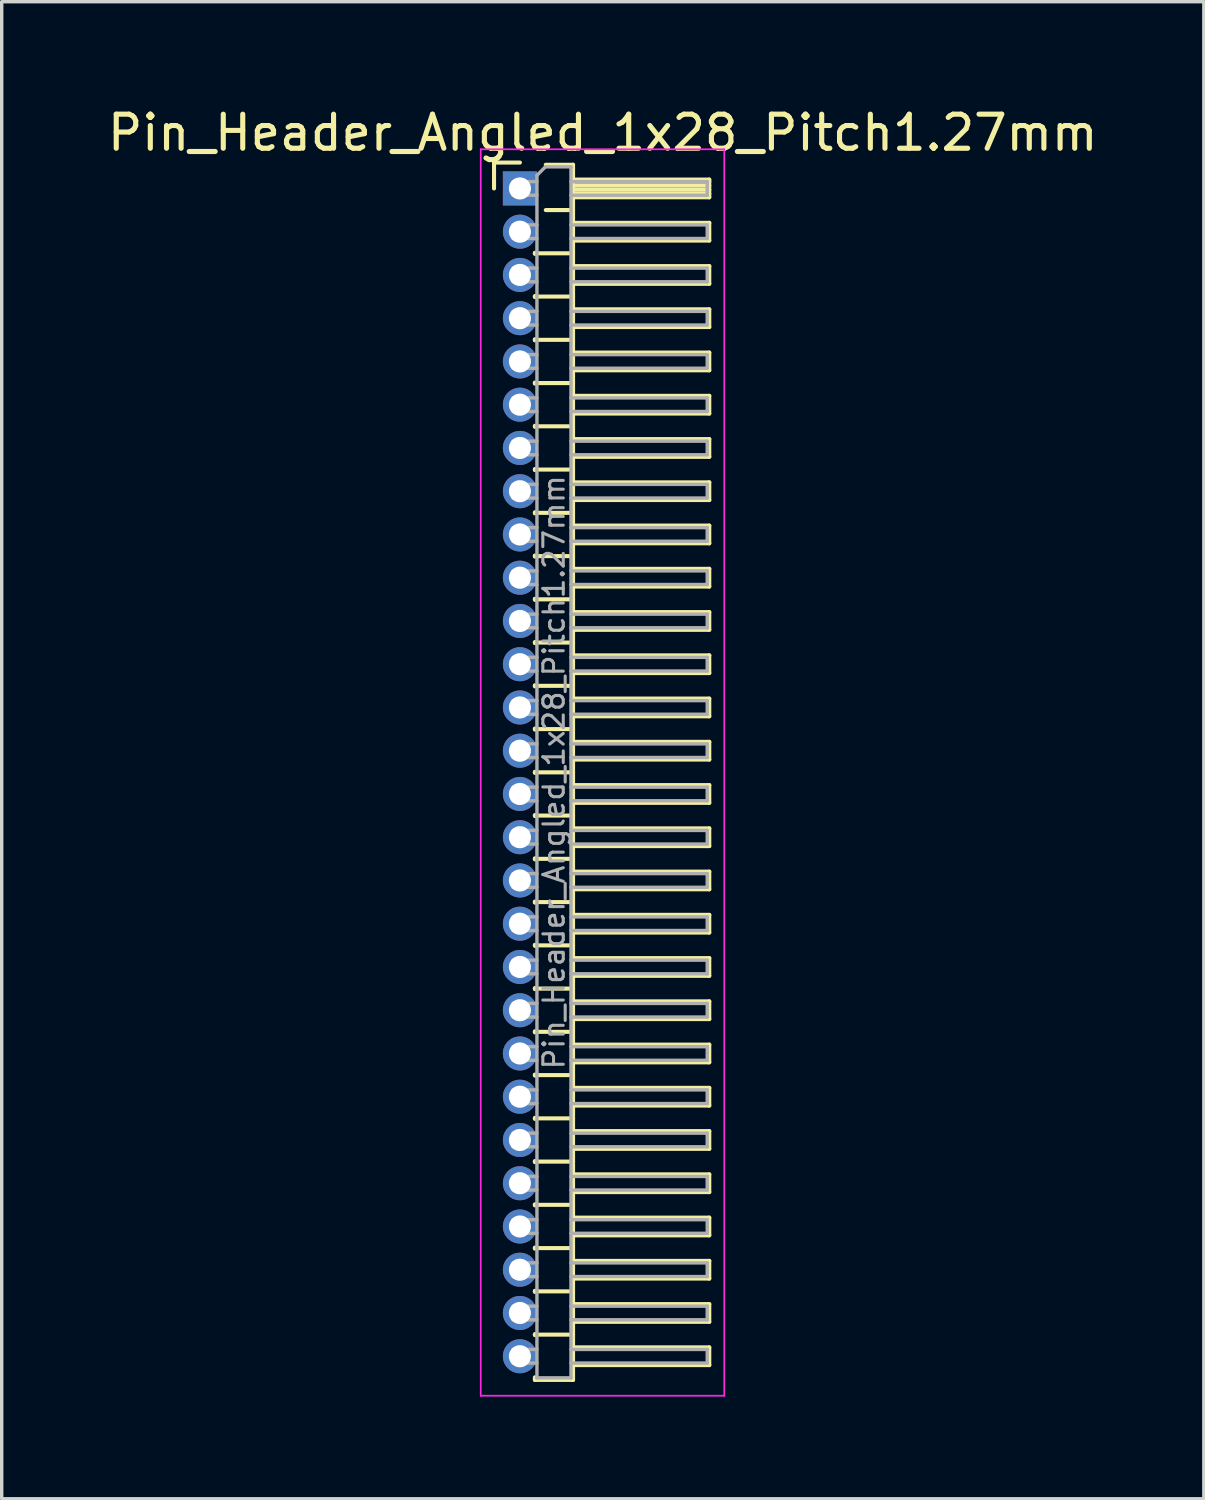
<source format=kicad_pcb>
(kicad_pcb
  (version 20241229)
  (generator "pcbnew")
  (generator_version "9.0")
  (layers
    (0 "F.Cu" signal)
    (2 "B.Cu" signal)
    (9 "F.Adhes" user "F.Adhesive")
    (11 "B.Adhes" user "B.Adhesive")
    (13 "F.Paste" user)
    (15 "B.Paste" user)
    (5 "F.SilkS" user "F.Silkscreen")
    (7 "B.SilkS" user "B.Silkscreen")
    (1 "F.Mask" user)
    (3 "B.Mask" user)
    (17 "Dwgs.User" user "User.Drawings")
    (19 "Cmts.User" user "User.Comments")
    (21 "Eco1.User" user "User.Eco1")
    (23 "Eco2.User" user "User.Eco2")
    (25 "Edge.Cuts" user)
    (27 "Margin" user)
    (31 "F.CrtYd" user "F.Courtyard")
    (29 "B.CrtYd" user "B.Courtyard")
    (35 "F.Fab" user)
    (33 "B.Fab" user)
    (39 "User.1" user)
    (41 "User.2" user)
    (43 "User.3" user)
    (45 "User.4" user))
  (footprint "Pin_Header_Angled_1x28_Pitch1.27mm"
    (layer "F.Cu")
    (at 12.216 2.483)
    (property "Reference" "Pin_Header_Angled_1x28_Pitch1.27mm" (at 2.433 -1.635 0) (layer "F.SilkS") (effects (font (size 1 1) (thickness 0.15))))
    (attr through_hole)
    (fp_line (start -0.76 -0.76) (end 0 -0.76) (stroke (width 0.12) (type solid)) (layer "F.SilkS"))
    (fp_line (start -0.76 0) (end -0.76 -0.76) (stroke (width 0.12) (type solid)) (layer "F.SilkS"))
    (fp_line (start 0.44 1.89) (end 0.44 1.92) (stroke (width 0.12) (type solid)) (layer "F.SilkS"))
    (fp_line (start 0.44 1.905) (end 1.56 1.905) (stroke (width 0.12) (type solid)) (layer "F.SilkS"))
    (fp_line (start 0.44 3.16) (end 0.44 3.19) (stroke (width 0.12) (type solid)) (layer "F.SilkS"))
    (fp_line (start 0.44 3.175) (end 1.56 3.175) (stroke (width 0.12) (type solid)) (layer "F.SilkS"))
    (fp_line (start 0.44 4.43) (end 0.44 4.46) (stroke (width 0.12) (type solid)) (layer "F.SilkS"))
    (fp_line (start 0.44 4.445) (end 1.56 4.445) (stroke (width 0.12) (type solid)) (layer "F.SilkS"))
    (fp_line (start 0.44 5.7) (end 0.44 5.73) (stroke (width 0.12) (type solid)) (layer "F.SilkS"))
    (fp_line (start 0.44 5.715) (end 1.56 5.715) (stroke (width 0.12) (type solid)) (layer "F.SilkS"))
    (fp_line (start 0.44 6.97) (end 0.44 7) (stroke (width 0.12) (type solid)) (layer "F.SilkS"))
    (fp_line (start 0.44 6.985) (end 1.56 6.985) (stroke (width 0.12) (type solid)) (layer "F.SilkS"))
    (fp_line (start 0.44 8.24) (end 0.44 8.27) (stroke (width 0.12) (type solid)) (layer "F.SilkS"))
    (fp_line (start 0.44 8.255) (end 1.56 8.255) (stroke (width 0.12) (type solid)) (layer "F.SilkS"))
    (fp_line (start 0.44 9.51) (end 0.44 9.54) (stroke (width 0.12) (type solid)) (layer "F.SilkS"))
    (fp_line (start 0.44 9.525) (end 1.56 9.525) (stroke (width 0.12) (type solid)) (layer "F.SilkS"))
    (fp_line (start 0.44 10.78) (end 0.44 10.81) (stroke (width 0.12) (type solid)) (layer "F.SilkS"))
    (fp_line (start 0.44 10.795) (end 1.56 10.795) (stroke (width 0.12) (type solid)) (layer "F.SilkS"))
    (fp_line (start 0.44 12.05) (end 0.44 12.08) (stroke (width 0.12) (type solid)) (layer "F.SilkS"))
    (fp_line (start 0.44 12.065) (end 1.56 12.065) (stroke (width 0.12) (type solid)) (layer "F.SilkS"))
    (fp_line (start 0.44 13.32) (end 0.44 13.35) (stroke (width 0.12) (type solid)) (layer "F.SilkS"))
    (fp_line (start 0.44 13.335) (end 1.56 13.335) (stroke (width 0.12) (type solid)) (layer "F.SilkS"))
    (fp_line (start 0.44 14.59) (end 0.44 14.62) (stroke (width 0.12) (type solid)) (layer "F.SilkS"))
    (fp_line (start 0.44 14.605) (end 1.56 14.605) (stroke (width 0.12) (type solid)) (layer "F.SilkS"))
    (fp_line (start 0.44 15.86) (end 0.44 15.89) (stroke (width 0.12) (type solid)) (layer "F.SilkS"))
    (fp_line (start 0.44 15.875) (end 1.56 15.875) (stroke (width 0.12) (type solid)) (layer "F.SilkS"))
    (fp_line (start 0.44 17.13) (end 0.44 17.16) (stroke (width 0.12) (type solid)) (layer "F.SilkS"))
    (fp_line (start 0.44 17.145) (end 1.56 17.145) (stroke (width 0.12) (type solid)) (layer "F.SilkS"))
    (fp_line (start 0.44 18.4) (end 0.44 18.43) (stroke (width 0.12) (type solid)) (layer "F.SilkS"))
    (fp_line (start 0.44 18.415) (end 1.56 18.415) (stroke (width 0.12) (type solid)) (layer "F.SilkS"))
    (fp_line (start 0.44 19.67) (end 0.44 19.7) (stroke (width 0.12) (type solid)) (layer "F.SilkS"))
    (fp_line (start 0.44 19.685) (end 1.56 19.685) (stroke (width 0.12) (type solid)) (layer "F.SilkS"))
    (fp_line (start 0.44 20.94) (end 0.44 20.97) (stroke (width 0.12) (type solid)) (layer "F.SilkS"))
    (fp_line (start 0.44 20.955) (end 1.56 20.955) (stroke (width 0.12) (type solid)) (layer "F.SilkS"))
    (fp_line (start 0.44 22.21) (end 0.44 22.24) (stroke (width 0.12) (type solid)) (layer "F.SilkS"))
    (fp_line (start 0.44 22.225) (end 1.56 22.225) (stroke (width 0.12) (type solid)) (layer "F.SilkS"))
    (fp_line (start 0.44 23.48) (end 0.44 23.51) (stroke (width 0.12) (type solid)) (layer "F.SilkS"))
    (fp_line (start 0.44 23.495) (end 1.56 23.495) (stroke (width 0.12) (type solid)) (layer "F.SilkS"))
    (fp_line (start 0.44 24.75) (end 0.44 24.78) (stroke (width 0.12) (type solid)) (layer "F.SilkS"))
    (fp_line (start 0.44 24.765) (end 1.56 24.765) (stroke (width 0.12) (type solid)) (layer "F.SilkS"))
    (fp_line (start 0.44 26.02) (end 0.44 26.05) (stroke (width 0.12) (type solid)) (layer "F.SilkS"))
    (fp_line (start 0.44 26.035) (end 1.56 26.035) (stroke (width 0.12) (type solid)) (layer "F.SilkS"))
    (fp_line (start 0.44 27.29) (end 0.44 27.32) (stroke (width 0.12) (type solid)) (layer "F.SilkS"))
    (fp_line (start 0.44 27.305) (end 1.56 27.305) (stroke (width 0.12) (type solid)) (layer "F.SilkS"))
    (fp_line (start 0.44 28.56) (end 0.44 28.59) (stroke (width 0.12) (type solid)) (layer "F.SilkS"))
    (fp_line (start 0.44 28.575) (end 1.56 28.575) (stroke (width 0.12) (type solid)) (layer "F.SilkS"))
    (fp_line (start 0.44 29.83) (end 0.44 29.86) (stroke (width 0.12) (type solid)) (layer "F.SilkS"))
    (fp_line (start 0.44 29.845) (end 1.56 29.845) (stroke (width 0.12) (type solid)) (layer "F.SilkS"))
    (fp_line (start 0.44 31.1) (end 0.44 31.13) (stroke (width 0.12) (type solid)) (layer "F.SilkS"))
    (fp_line (start 0.44 31.115) (end 1.56 31.115) (stroke (width 0.12) (type solid)) (layer "F.SilkS"))
    (fp_line (start 0.44 32.37) (end 0.44 32.4) (stroke (width 0.12) (type solid)) (layer "F.SilkS"))
    (fp_line (start 0.44 32.385) (end 1.56 32.385) (stroke (width 0.12) (type solid)) (layer "F.SilkS"))
    (fp_line (start 0.44 33.64) (end 0.44 33.67) (stroke (width 0.12) (type solid)) (layer "F.SilkS"))
    (fp_line (start 0.44 33.655) (end 1.56 33.655) (stroke (width 0.12) (type solid)) (layer "F.SilkS"))
    (fp_line (start 0.44 34.985) (end 0.44 34.91) (stroke (width 0.12) (type solid)) (layer "F.SilkS"))
    (fp_line (start 0.76 -0.695) (end 1.56 -0.695) (stroke (width 0.12) (type solid)) (layer "F.SilkS"))
    (fp_line (start 0.76 0.635) (end 1.56 0.635) (stroke (width 0.12) (type solid)) (layer "F.SilkS"))
    (fp_line (start 1.56 -0.695) (end 1.56 34.985) (stroke (width 0.12) (type solid)) (layer "F.SilkS"))
    (fp_line (start 1.56 -0.26) (end 5.56 -0.26) (stroke (width 0.12) (type solid)) (layer "F.SilkS"))
    (fp_line (start 1.56 -0.2) (end 5.56 -0.2) (stroke (width 0.12) (type solid)) (layer "F.SilkS"))
    (fp_line (start 1.56 -0.08) (end 5.56 -0.08) (stroke (width 0.12) (type solid)) (layer "F.SilkS"))
    (fp_line (start 1.56 0.04) (end 5.56 0.04) (stroke (width 0.12) (type solid)) (layer "F.SilkS"))
    (fp_line (start 1.56 0.16) (end 5.56 0.16) (stroke (width 0.12) (type solid)) (layer "F.SilkS"))
    (fp_line (start 1.56 1.01) (end 5.56 1.01) (stroke (width 0.12) (type solid)) (layer "F.SilkS"))
    (fp_line (start 1.56 2.28) (end 5.56 2.28) (stroke (width 0.12) (type solid)) (layer "F.SilkS"))
    (fp_line (start 1.56 3.55) (end 5.56 3.55) (stroke (width 0.12) (type solid)) (layer "F.SilkS"))
    (fp_line (start 1.56 4.82) (end 5.56 4.82) (stroke (width 0.12) (type solid)) (layer "F.SilkS"))
    (fp_line (start 1.56 6.09) (end 5.56 6.09) (stroke (width 0.12) (type solid)) (layer "F.SilkS"))
    (fp_line (start 1.56 7.36) (end 5.56 7.36) (stroke (width 0.12) (type solid)) (layer "F.SilkS"))
    (fp_line (start 1.56 8.63) (end 5.56 8.63) (stroke (width 0.12) (type solid)) (layer "F.SilkS"))
    (fp_line (start 1.56 9.9) (end 5.56 9.9) (stroke (width 0.12) (type solid)) (layer "F.SilkS"))
    (fp_line (start 1.56 11.17) (end 5.56 11.17) (stroke (width 0.12) (type solid)) (layer "F.SilkS"))
    (fp_line (start 1.56 12.44) (end 5.56 12.44) (stroke (width 0.12) (type solid)) (layer "F.SilkS"))
    (fp_line (start 1.56 13.71) (end 5.56 13.71) (stroke (width 0.12) (type solid)) (layer "F.SilkS"))
    (fp_line (start 1.56 14.98) (end 5.56 14.98) (stroke (width 0.12) (type solid)) (layer "F.SilkS"))
    (fp_line (start 1.56 16.25) (end 5.56 16.25) (stroke (width 0.12) (type solid)) (layer "F.SilkS"))
    (fp_line (start 1.56 17.52) (end 5.56 17.52) (stroke (width 0.12) (type solid)) (layer "F.SilkS"))
    (fp_line (start 1.56 18.79) (end 5.56 18.79) (stroke (width 0.12) (type solid)) (layer "F.SilkS"))
    (fp_line (start 1.56 20.06) (end 5.56 20.06) (stroke (width 0.12) (type solid)) (layer "F.SilkS"))
    (fp_line (start 1.56 21.33) (end 5.56 21.33) (stroke (width 0.12) (type solid)) (layer "F.SilkS"))
    (fp_line (start 1.56 22.6) (end 5.56 22.6) (stroke (width 0.12) (type solid)) (layer "F.SilkS"))
    (fp_line (start 1.56 23.87) (end 5.56 23.87) (stroke (width 0.12) (type solid)) (layer "F.SilkS"))
    (fp_line (start 1.56 25.14) (end 5.56 25.14) (stroke (width 0.12) (type solid)) (layer "F.SilkS"))
    (fp_line (start 1.56 26.41) (end 5.56 26.41) (stroke (width 0.12) (type solid)) (layer "F.SilkS"))
    (fp_line (start 1.56 27.68) (end 5.56 27.68) (stroke (width 0.12) (type solid)) (layer "F.SilkS"))
    (fp_line (start 1.56 28.95) (end 5.56 28.95) (stroke (width 0.12) (type solid)) (layer "F.SilkS"))
    (fp_line (start 1.56 30.22) (end 5.56 30.22) (stroke (width 0.12) (type solid)) (layer "F.SilkS"))
    (fp_line (start 1.56 31.49) (end 5.56 31.49) (stroke (width 0.12) (type solid)) (layer "F.SilkS"))
    (fp_line (start 1.56 32.76) (end 5.56 32.76) (stroke (width 0.12) (type solid)) (layer "F.SilkS"))
    (fp_line (start 1.56 34.03) (end 5.56 34.03) (stroke (width 0.12) (type solid)) (layer "F.SilkS"))
    (fp_line (start 1.56 34.985) (end 0.44 34.985) (stroke (width 0.12) (type solid)) (layer "F.SilkS"))
    (fp_line (start 5.56 -0.26) (end 5.56 0.26) (stroke (width 0.12) (type solid)) (layer "F.SilkS"))
    (fp_line (start 5.56 0.26) (end 1.56 0.26) (stroke (width 0.12) (type solid)) (layer "F.SilkS"))
    (fp_line (start 5.56 1.01) (end 5.56 1.53) (stroke (width 0.12) (type solid)) (layer "F.SilkS"))
    (fp_line (start 5.56 1.53) (end 1.56 1.53) (stroke (width 0.12) (type solid)) (layer "F.SilkS"))
    (fp_line (start 5.56 2.28) (end 5.56 2.8) (stroke (width 0.12) (type solid)) (layer "F.SilkS"))
    (fp_line (start 5.56 2.8) (end 1.56 2.8) (stroke (width 0.12) (type solid)) (layer "F.SilkS"))
    (fp_line (start 5.56 3.55) (end 5.56 4.07) (stroke (width 0.12) (type solid)) (layer "F.SilkS"))
    (fp_line (start 5.56 4.07) (end 1.56 4.07) (stroke (width 0.12) (type solid)) (layer "F.SilkS"))
    (fp_line (start 5.56 4.82) (end 5.56 5.34) (stroke (width 0.12) (type solid)) (layer "F.SilkS"))
    (fp_line (start 5.56 5.34) (end 1.56 5.34) (stroke (width 0.12) (type solid)) (layer "F.SilkS"))
    (fp_line (start 5.56 6.09) (end 5.56 6.61) (stroke (width 0.12) (type solid)) (layer "F.SilkS"))
    (fp_line (start 5.56 6.61) (end 1.56 6.61) (stroke (width 0.12) (type solid)) (layer "F.SilkS"))
    (fp_line (start 5.56 7.36) (end 5.56 7.88) (stroke (width 0.12) (type solid)) (layer "F.SilkS"))
    (fp_line (start 5.56 7.88) (end 1.56 7.88) (stroke (width 0.12) (type solid)) (layer "F.SilkS"))
    (fp_line (start 5.56 8.63) (end 5.56 9.15) (stroke (width 0.12) (type solid)) (layer "F.SilkS"))
    (fp_line (start 5.56 9.15) (end 1.56 9.15) (stroke (width 0.12) (type solid)) (layer "F.SilkS"))
    (fp_line (start 5.56 9.9) (end 5.56 10.42) (stroke (width 0.12) (type solid)) (layer "F.SilkS"))
    (fp_line (start 5.56 10.42) (end 1.56 10.42) (stroke (width 0.12) (type solid)) (layer "F.SilkS"))
    (fp_line (start 5.56 11.17) (end 5.56 11.69) (stroke (width 0.12) (type solid)) (layer "F.SilkS"))
    (fp_line (start 5.56 11.69) (end 1.56 11.69) (stroke (width 0.12) (type solid)) (layer "F.SilkS"))
    (fp_line (start 5.56 12.44) (end 5.56 12.96) (stroke (width 0.12) (type solid)) (layer "F.SilkS"))
    (fp_line (start 5.56 12.96) (end 1.56 12.96) (stroke (width 0.12) (type solid)) (layer "F.SilkS"))
    (fp_line (start 5.56 13.71) (end 5.56 14.23) (stroke (width 0.12) (type solid)) (layer "F.SilkS"))
    (fp_line (start 5.56 14.23) (end 1.56 14.23) (stroke (width 0.12) (type solid)) (layer "F.SilkS"))
    (fp_line (start 5.56 14.98) (end 5.56 15.5) (stroke (width 0.12) (type solid)) (layer "F.SilkS"))
    (fp_line (start 5.56 15.5) (end 1.56 15.5) (stroke (width 0.12) (type solid)) (layer "F.SilkS"))
    (fp_line (start 5.56 16.25) (end 5.56 16.77) (stroke (width 0.12) (type solid)) (layer "F.SilkS"))
    (fp_line (start 5.56 16.77) (end 1.56 16.77) (stroke (width 0.12) (type solid)) (layer "F.SilkS"))
    (fp_line (start 5.56 17.52) (end 5.56 18.04) (stroke (width 0.12) (type solid)) (layer "F.SilkS"))
    (fp_line (start 5.56 18.04) (end 1.56 18.04) (stroke (width 0.12) (type solid)) (layer "F.SilkS"))
    (fp_line (start 5.56 18.79) (end 5.56 19.31) (stroke (width 0.12) (type solid)) (layer "F.SilkS"))
    (fp_line (start 5.56 19.31) (end 1.56 19.31) (stroke (width 0.12) (type solid)) (layer "F.SilkS"))
    (fp_line (start 5.56 20.06) (end 5.56 20.58) (stroke (width 0.12) (type solid)) (layer "F.SilkS"))
    (fp_line (start 5.56 20.58) (end 1.56 20.58) (stroke (width 0.12) (type solid)) (layer "F.SilkS"))
    (fp_line (start 5.56 21.33) (end 5.56 21.85) (stroke (width 0.12) (type solid)) (layer "F.SilkS"))
    (fp_line (start 5.56 21.85) (end 1.56 21.85) (stroke (width 0.12) (type solid)) (layer "F.SilkS"))
    (fp_line (start 5.56 22.6) (end 5.56 23.12) (stroke (width 0.12) (type solid)) (layer "F.SilkS"))
    (fp_line (start 5.56 23.12) (end 1.56 23.12) (stroke (width 0.12) (type solid)) (layer "F.SilkS"))
    (fp_line (start 5.56 23.87) (end 5.56 24.39) (stroke (width 0.12) (type solid)) (layer "F.SilkS"))
    (fp_line (start 5.56 24.39) (end 1.56 24.39) (stroke (width 0.12) (type solid)) (layer "F.SilkS"))
    (fp_line (start 5.56 25.14) (end 5.56 25.66) (stroke (width 0.12) (type solid)) (layer "F.SilkS"))
    (fp_line (start 5.56 25.66) (end 1.56 25.66) (stroke (width 0.12) (type solid)) (layer "F.SilkS"))
    (fp_line (start 5.56 26.41) (end 5.56 26.93) (stroke (width 0.12) (type solid)) (layer "F.SilkS"))
    (fp_line (start 5.56 26.93) (end 1.56 26.93) (stroke (width 0.12) (type solid)) (layer "F.SilkS"))
    (fp_line (start 5.56 27.68) (end 5.56 28.2) (stroke (width 0.12) (type solid)) (layer "F.SilkS"))
    (fp_line (start 5.56 28.2) (end 1.56 28.2) (stroke (width 0.12) (type solid)) (layer "F.SilkS"))
    (fp_line (start 5.56 28.95) (end 5.56 29.47) (stroke (width 0.12) (type solid)) (layer "F.SilkS"))
    (fp_line (start 5.56 29.47) (end 1.56 29.47) (stroke (width 0.12) (type solid)) (layer "F.SilkS"))
    (fp_line (start 5.56 30.22) (end 5.56 30.74) (stroke (width 0.12) (type solid)) (layer "F.SilkS"))
    (fp_line (start 5.56 30.74) (end 1.56 30.74) (stroke (width 0.12) (type solid)) (layer "F.SilkS"))
    (fp_line (start 5.56 31.49) (end 5.56 32.01) (stroke (width 0.12) (type solid)) (layer "F.SilkS"))
    (fp_line (start 5.56 32.01) (end 1.56 32.01) (stroke (width 0.12) (type solid)) (layer "F.SilkS"))
    (fp_line (start 5.56 32.76) (end 5.56 33.28) (stroke (width 0.12) (type solid)) (layer "F.SilkS"))
    (fp_line (start 5.56 33.28) (end 1.56 33.28) (stroke (width 0.12) (type solid)) (layer "F.SilkS"))
    (fp_line (start 5.56 34.03) (end 5.56 34.55) (stroke (width 0.12) (type solid)) (layer "F.SilkS"))
    (fp_line (start 5.56 34.55) (end 1.56 34.55) (stroke (width 0.12) (type solid)) (layer "F.SilkS"))
    (fp_line (start -1.15 -1.15) (end -1.15 35.45) (stroke (width 0.05) (type solid)) (layer "F.CrtYd"))
    (fp_line (start -1.15 35.45) (end 6 35.45) (stroke (width 0.05) (type solid)) (layer "F.CrtYd"))
    (fp_line (start 6 -1.15) (end -1.15 -1.15) (stroke (width 0.05) (type solid)) (layer "F.CrtYd"))
    (fp_line (start 6 35.45) (end 6 -1.15) (stroke (width 0.05) (type solid)) (layer "F.CrtYd"))
    (fp_line (start -0.2 -0.2) (end -0.2 0.2) (stroke (width 0.1) (type solid)) (layer "F.Fab"))
    (fp_line (start -0.2 -0.2) (end 0.5 -0.2) (stroke (width 0.1) (type solid)) (layer "F.Fab"))
    (fp_line (start -0.2 0.2) (end 0.5 0.2) (stroke (width 0.1) (type solid)) (layer "F.Fab"))
    (fp_line (start -0.2 1.07) (end -0.2 1.47) (stroke (width 0.1) (type solid)) (layer "F.Fab"))
    (fp_line (start -0.2 1.07) (end 0.5 1.07) (stroke (width 0.1) (type solid)) (layer "F.Fab"))
    (fp_line (start -0.2 1.47) (end 0.5 1.47) (stroke (width 0.1) (type solid)) (layer "F.Fab"))
    (fp_line (start -0.2 2.34) (end -0.2 2.74) (stroke (width 0.1) (type solid)) (layer "F.Fab"))
    (fp_line (start -0.2 2.34) (end 0.5 2.34) (stroke (width 0.1) (type solid)) (layer "F.Fab"))
    (fp_line (start -0.2 2.74) (end 0.5 2.74) (stroke (width 0.1) (type solid)) (layer "F.Fab"))
    (fp_line (start -0.2 3.61) (end -0.2 4.01) (stroke (width 0.1) (type solid)) (layer "F.Fab"))
    (fp_line (start -0.2 3.61) (end 0.5 3.61) (stroke (width 0.1) (type solid)) (layer "F.Fab"))
    (fp_line (start -0.2 4.01) (end 0.5 4.01) (stroke (width 0.1) (type solid)) (layer "F.Fab"))
    (fp_line (start -0.2 4.88) (end -0.2 5.28) (stroke (width 0.1) (type solid)) (layer "F.Fab"))
    (fp_line (start -0.2 4.88) (end 0.5 4.88) (stroke (width 0.1) (type solid)) (layer "F.Fab"))
    (fp_line (start -0.2 5.28) (end 0.5 5.28) (stroke (width 0.1) (type solid)) (layer "F.Fab"))
    (fp_line (start -0.2 6.15) (end -0.2 6.55) (stroke (width 0.1) (type solid)) (layer "F.Fab"))
    (fp_line (start -0.2 6.15) (end 0.5 6.15) (stroke (width 0.1) (type solid)) (layer "F.Fab"))
    (fp_line (start -0.2 6.55) (end 0.5 6.55) (stroke (width 0.1) (type solid)) (layer "F.Fab"))
    (fp_line (start -0.2 7.42) (end -0.2 7.82) (stroke (width 0.1) (type solid)) (layer "F.Fab"))
    (fp_line (start -0.2 7.42) (end 0.5 7.42) (stroke (width 0.1) (type solid)) (layer "F.Fab"))
    (fp_line (start -0.2 7.82) (end 0.5 7.82) (stroke (width 0.1) (type solid)) (layer "F.Fab"))
    (fp_line (start -0.2 8.69) (end -0.2 9.09) (stroke (width 0.1) (type solid)) (layer "F.Fab"))
    (fp_line (start -0.2 8.69) (end 0.5 8.69) (stroke (width 0.1) (type solid)) (layer "F.Fab"))
    (fp_line (start -0.2 9.09) (end 0.5 9.09) (stroke (width 0.1) (type solid)) (layer "F.Fab"))
    (fp_line (start -0.2 9.96) (end -0.2 10.36) (stroke (width 0.1) (type solid)) (layer "F.Fab"))
    (fp_line (start -0.2 9.96) (end 0.5 9.96) (stroke (width 0.1) (type solid)) (layer "F.Fab"))
    (fp_line (start -0.2 10.36) (end 0.5 10.36) (stroke (width 0.1) (type solid)) (layer "F.Fab"))
    (fp_line (start -0.2 11.23) (end -0.2 11.63) (stroke (width 0.1) (type solid)) (layer "F.Fab"))
    (fp_line (start -0.2 11.23) (end 0.5 11.23) (stroke (width 0.1) (type solid)) (layer "F.Fab"))
    (fp_line (start -0.2 11.63) (end 0.5 11.63) (stroke (width 0.1) (type solid)) (layer "F.Fab"))
    (fp_line (start -0.2 12.5) (end -0.2 12.9) (stroke (width 0.1) (type solid)) (layer "F.Fab"))
    (fp_line (start -0.2 12.5) (end 0.5 12.5) (stroke (width 0.1) (type solid)) (layer "F.Fab"))
    (fp_line (start -0.2 12.9) (end 0.5 12.9) (stroke (width 0.1) (type solid)) (layer "F.Fab"))
    (fp_line (start -0.2 13.77) (end -0.2 14.17) (stroke (width 0.1) (type solid)) (layer "F.Fab"))
    (fp_line (start -0.2 13.77) (end 0.5 13.77) (stroke (width 0.1) (type solid)) (layer "F.Fab"))
    (fp_line (start -0.2 14.17) (end 0.5 14.17) (stroke (width 0.1) (type solid)) (layer "F.Fab"))
    (fp_line (start -0.2 15.04) (end -0.2 15.44) (stroke (width 0.1) (type solid)) (layer "F.Fab"))
    (fp_line (start -0.2 15.04) (end 0.5 15.04) (stroke (width 0.1) (type solid)) (layer "F.Fab"))
    (fp_line (start -0.2 15.44) (end 0.5 15.44) (stroke (width 0.1) (type solid)) (layer "F.Fab"))
    (fp_line (start -0.2 16.31) (end -0.2 16.71) (stroke (width 0.1) (type solid)) (layer "F.Fab"))
    (fp_line (start -0.2 16.31) (end 0.5 16.31) (stroke (width 0.1) (type solid)) (layer "F.Fab"))
    (fp_line (start -0.2 16.71) (end 0.5 16.71) (stroke (width 0.1) (type solid)) (layer "F.Fab"))
    (fp_line (start -0.2 17.58) (end -0.2 17.98) (stroke (width 0.1) (type solid)) (layer "F.Fab"))
    (fp_line (start -0.2 17.58) (end 0.5 17.58) (stroke (width 0.1) (type solid)) (layer "F.Fab"))
    (fp_line (start -0.2 17.98) (end 0.5 17.98) (stroke (width 0.1) (type solid)) (layer "F.Fab"))
    (fp_line (start -0.2 18.85) (end -0.2 19.25) (stroke (width 0.1) (type solid)) (layer "F.Fab"))
    (fp_line (start -0.2 18.85) (end 0.5 18.85) (stroke (width 0.1) (type solid)) (layer "F.Fab"))
    (fp_line (start -0.2 19.25) (end 0.5 19.25) (stroke (width 0.1) (type solid)) (layer "F.Fab"))
    (fp_line (start -0.2 20.12) (end -0.2 20.52) (stroke (width 0.1) (type solid)) (layer "F.Fab"))
    (fp_line (start -0.2 20.12) (end 0.5 20.12) (stroke (width 0.1) (type solid)) (layer "F.Fab"))
    (fp_line (start -0.2 20.52) (end 0.5 20.52) (stroke (width 0.1) (type solid)) (layer "F.Fab"))
    (fp_line (start -0.2 21.39) (end -0.2 21.79) (stroke (width 0.1) (type solid)) (layer "F.Fab"))
    (fp_line (start -0.2 21.39) (end 0.5 21.39) (stroke (width 0.1) (type solid)) (layer "F.Fab"))
    (fp_line (start -0.2 21.79) (end 0.5 21.79) (stroke (width 0.1) (type solid)) (layer "F.Fab"))
    (fp_line (start -0.2 22.66) (end -0.2 23.06) (stroke (width 0.1) (type solid)) (layer "F.Fab"))
    (fp_line (start -0.2 22.66) (end 0.5 22.66) (stroke (width 0.1) (type solid)) (layer "F.Fab"))
    (fp_line (start -0.2 23.06) (end 0.5 23.06) (stroke (width 0.1) (type solid)) (layer "F.Fab"))
    (fp_line (start -0.2 23.93) (end -0.2 24.33) (stroke (width 0.1) (type solid)) (layer "F.Fab"))
    (fp_line (start -0.2 23.93) (end 0.5 23.93) (stroke (width 0.1) (type solid)) (layer "F.Fab"))
    (fp_line (start -0.2 24.33) (end 0.5 24.33) (stroke (width 0.1) (type solid)) (layer "F.Fab"))
    (fp_line (start -0.2 25.2) (end -0.2 25.6) (stroke (width 0.1) (type solid)) (layer "F.Fab"))
    (fp_line (start -0.2 25.2) (end 0.5 25.2) (stroke (width 0.1) (type solid)) (layer "F.Fab"))
    (fp_line (start -0.2 25.6) (end 0.5 25.6) (stroke (width 0.1) (type solid)) (layer "F.Fab"))
    (fp_line (start -0.2 26.47) (end -0.2 26.87) (stroke (width 0.1) (type solid)) (layer "F.Fab"))
    (fp_line (start -0.2 26.47) (end 0.5 26.47) (stroke (width 0.1) (type solid)) (layer "F.Fab"))
    (fp_line (start -0.2 26.87) (end 0.5 26.87) (stroke (width 0.1) (type solid)) (layer "F.Fab"))
    (fp_line (start -0.2 27.74) (end -0.2 28.14) (stroke (width 0.1) (type solid)) (layer "F.Fab"))
    (fp_line (start -0.2 27.74) (end 0.5 27.74) (stroke (width 0.1) (type solid)) (layer "F.Fab"))
    (fp_line (start -0.2 28.14) (end 0.5 28.14) (stroke (width 0.1) (type solid)) (layer "F.Fab"))
    (fp_line (start -0.2 29.01) (end -0.2 29.41) (stroke (width 0.1) (type solid)) (layer "F.Fab"))
    (fp_line (start -0.2 29.01) (end 0.5 29.01) (stroke (width 0.1) (type solid)) (layer "F.Fab"))
    (fp_line (start -0.2 29.41) (end 0.5 29.41) (stroke (width 0.1) (type solid)) (layer "F.Fab"))
    (fp_line (start -0.2 30.28) (end -0.2 30.68) (stroke (width 0.1) (type solid)) (layer "F.Fab"))
    (fp_line (start -0.2 30.28) (end 0.5 30.28) (stroke (width 0.1) (type solid)) (layer "F.Fab"))
    (fp_line (start -0.2 30.68) (end 0.5 30.68) (stroke (width 0.1) (type solid)) (layer "F.Fab"))
    (fp_line (start -0.2 31.55) (end -0.2 31.95) (stroke (width 0.1) (type solid)) (layer "F.Fab"))
    (fp_line (start -0.2 31.55) (end 0.5 31.55) (stroke (width 0.1) (type solid)) (layer "F.Fab"))
    (fp_line (start -0.2 31.95) (end 0.5 31.95) (stroke (width 0.1) (type solid)) (layer "F.Fab"))
    (fp_line (start -0.2 32.82) (end -0.2 33.22) (stroke (width 0.1) (type solid)) (layer "F.Fab"))
    (fp_line (start -0.2 32.82) (end 0.5 32.82) (stroke (width 0.1) (type solid)) (layer "F.Fab"))
    (fp_line (start -0.2 33.22) (end 0.5 33.22) (stroke (width 0.1) (type solid)) (layer "F.Fab"))
    (fp_line (start -0.2 34.09) (end -0.2 34.49) (stroke (width 0.1) (type solid)) (layer "F.Fab"))
    (fp_line (start -0.2 34.09) (end 0.5 34.09) (stroke (width 0.1) (type solid)) (layer "F.Fab"))
    (fp_line (start -0.2 34.49) (end 0.5 34.49) (stroke (width 0.1) (type solid)) (layer "F.Fab"))
    (fp_line (start 0.5 -0.385) (end 0.75 -0.635) (stroke (width 0.1) (type solid)) (layer "F.Fab"))
    (fp_line (start 0.5 34.925) (end 0.5 -0.385) (stroke (width 0.1) (type solid)) (layer "F.Fab"))
    (fp_line (start 0.75 -0.635) (end 1.5 -0.635) (stroke (width 0.1) (type solid)) (layer "F.Fab"))
    (fp_line (start 1.5 -0.635) (end 1.5 34.925) (stroke (width 0.1) (type solid)) (layer "F.Fab"))
    (fp_line (start 1.5 -0.2) (end 5.5 -0.2) (stroke (width 0.1) (type solid)) (layer "F.Fab"))
    (fp_line (start 1.5 0.2) (end 5.5 0.2) (stroke (width 0.1) (type solid)) (layer "F.Fab"))
    (fp_line (start 1.5 1.07) (end 5.5 1.07) (stroke (width 0.1) (type solid)) (layer "F.Fab"))
    (fp_line (start 1.5 1.47) (end 5.5 1.47) (stroke (width 0.1) (type solid)) (layer "F.Fab"))
    (fp_line (start 1.5 2.34) (end 5.5 2.34) (stroke (width 0.1) (type solid)) (layer "F.Fab"))
    (fp_line (start 1.5 2.74) (end 5.5 2.74) (stroke (width 0.1) (type solid)) (layer "F.Fab"))
    (fp_line (start 1.5 3.61) (end 5.5 3.61) (stroke (width 0.1) (type solid)) (layer "F.Fab"))
    (fp_line (start 1.5 4.01) (end 5.5 4.01) (stroke (width 0.1) (type solid)) (layer "F.Fab"))
    (fp_line (start 1.5 4.88) (end 5.5 4.88) (stroke (width 0.1) (type solid)) (layer "F.Fab"))
    (fp_line (start 1.5 5.28) (end 5.5 5.28) (stroke (width 0.1) (type solid)) (layer "F.Fab"))
    (fp_line (start 1.5 6.15) (end 5.5 6.15) (stroke (width 0.1) (type solid)) (layer "F.Fab"))
    (fp_line (start 1.5 6.55) (end 5.5 6.55) (stroke (width 0.1) (type solid)) (layer "F.Fab"))
    (fp_line (start 1.5 7.42) (end 5.5 7.42) (stroke (width 0.1) (type solid)) (layer "F.Fab"))
    (fp_line (start 1.5 7.82) (end 5.5 7.82) (stroke (width 0.1) (type solid)) (layer "F.Fab"))
    (fp_line (start 1.5 8.69) (end 5.5 8.69) (stroke (width 0.1) (type solid)) (layer "F.Fab"))
    (fp_line (start 1.5 9.09) (end 5.5 9.09) (stroke (width 0.1) (type solid)) (layer "F.Fab"))
    (fp_line (start 1.5 9.96) (end 5.5 9.96) (stroke (width 0.1) (type solid)) (layer "F.Fab"))
    (fp_line (start 1.5 10.36) (end 5.5 10.36) (stroke (width 0.1) (type solid)) (layer "F.Fab"))
    (fp_line (start 1.5 11.23) (end 5.5 11.23) (stroke (width 0.1) (type solid)) (layer "F.Fab"))
    (fp_line (start 1.5 11.63) (end 5.5 11.63) (stroke (width 0.1) (type solid)) (layer "F.Fab"))
    (fp_line (start 1.5 12.5) (end 5.5 12.5) (stroke (width 0.1) (type solid)) (layer "F.Fab"))
    (fp_line (start 1.5 12.9) (end 5.5 12.9) (stroke (width 0.1) (type solid)) (layer "F.Fab"))
    (fp_line (start 1.5 13.77) (end 5.5 13.77) (stroke (width 0.1) (type solid)) (layer "F.Fab"))
    (fp_line (start 1.5 14.17) (end 5.5 14.17) (stroke (width 0.1) (type solid)) (layer "F.Fab"))
    (fp_line (start 1.5 15.04) (end 5.5 15.04) (stroke (width 0.1) (type solid)) (layer "F.Fab"))
    (fp_line (start 1.5 15.44) (end 5.5 15.44) (stroke (width 0.1) (type solid)) (layer "F.Fab"))
    (fp_line (start 1.5 16.31) (end 5.5 16.31) (stroke (width 0.1) (type solid)) (layer "F.Fab"))
    (fp_line (start 1.5 16.71) (end 5.5 16.71) (stroke (width 0.1) (type solid)) (layer "F.Fab"))
    (fp_line (start 1.5 17.58) (end 5.5 17.58) (stroke (width 0.1) (type solid)) (layer "F.Fab"))
    (fp_line (start 1.5 17.98) (end 5.5 17.98) (stroke (width 0.1) (type solid)) (layer "F.Fab"))
    (fp_line (start 1.5 18.85) (end 5.5 18.85) (stroke (width 0.1) (type solid)) (layer "F.Fab"))
    (fp_line (start 1.5 19.25) (end 5.5 19.25) (stroke (width 0.1) (type solid)) (layer "F.Fab"))
    (fp_line (start 1.5 20.12) (end 5.5 20.12) (stroke (width 0.1) (type solid)) (layer "F.Fab"))
    (fp_line (start 1.5 20.52) (end 5.5 20.52) (stroke (width 0.1) (type solid)) (layer "F.Fab"))
    (fp_line (start 1.5 21.39) (end 5.5 21.39) (stroke (width 0.1) (type solid)) (layer "F.Fab"))
    (fp_line (start 1.5 21.79) (end 5.5 21.79) (stroke (width 0.1) (type solid)) (layer "F.Fab"))
    (fp_line (start 1.5 22.66) (end 5.5 22.66) (stroke (width 0.1) (type solid)) (layer "F.Fab"))
    (fp_line (start 1.5 23.06) (end 5.5 23.06) (stroke (width 0.1) (type solid)) (layer "F.Fab"))
    (fp_line (start 1.5 23.93) (end 5.5 23.93) (stroke (width 0.1) (type solid)) (layer "F.Fab"))
    (fp_line (start 1.5 24.33) (end 5.5 24.33) (stroke (width 0.1) (type solid)) (layer "F.Fab"))
    (fp_line (start 1.5 25.2) (end 5.5 25.2) (stroke (width 0.1) (type solid)) (layer "F.Fab"))
    (fp_line (start 1.5 25.6) (end 5.5 25.6) (stroke (width 0.1) (type solid)) (layer "F.Fab"))
    (fp_line (start 1.5 26.47) (end 5.5 26.47) (stroke (width 0.1) (type solid)) (layer "F.Fab"))
    (fp_line (start 1.5 26.87) (end 5.5 26.87) (stroke (width 0.1) (type solid)) (layer "F.Fab"))
    (fp_line (start 1.5 27.74) (end 5.5 27.74) (stroke (width 0.1) (type solid)) (layer "F.Fab"))
    (fp_line (start 1.5 28.14) (end 5.5 28.14) (stroke (width 0.1) (type solid)) (layer "F.Fab"))
    (fp_line (start 1.5 29.01) (end 5.5 29.01) (stroke (width 0.1) (type solid)) (layer "F.Fab"))
    (fp_line (start 1.5 29.41) (end 5.5 29.41) (stroke (width 0.1) (type solid)) (layer "F.Fab"))
    (fp_line (start 1.5 30.28) (end 5.5 30.28) (stroke (width 0.1) (type solid)) (layer "F.Fab"))
    (fp_line (start 1.5 30.68) (end 5.5 30.68) (stroke (width 0.1) (type solid)) (layer "F.Fab"))
    (fp_line (start 1.5 31.55) (end 5.5 31.55) (stroke (width 0.1) (type solid)) (layer "F.Fab"))
    (fp_line (start 1.5 31.95) (end 5.5 31.95) (stroke (width 0.1) (type solid)) (layer "F.Fab"))
    (fp_line (start 1.5 32.82) (end 5.5 32.82) (stroke (width 0.1) (type solid)) (layer "F.Fab"))
    (fp_line (start 1.5 33.22) (end 5.5 33.22) (stroke (width 0.1) (type solid)) (layer "F.Fab"))
    (fp_line (start 1.5 34.09) (end 5.5 34.09) (stroke (width 0.1) (type solid)) (layer "F.Fab"))
    (fp_line (start 1.5 34.49) (end 5.5 34.49) (stroke (width 0.1) (type solid)) (layer "F.Fab"))
    (fp_line (start 1.5 34.925) (end 0.5 34.925) (stroke (width 0.1) (type solid)) (layer "F.Fab"))
    (fp_line (start 5.5 -0.2) (end 5.5 0.2) (stroke (width 0.1) (type solid)) (layer "F.Fab"))
    (fp_line (start 5.5 1.07) (end 5.5 1.47) (stroke (width 0.1) (type solid)) (layer "F.Fab"))
    (fp_line (start 5.5 2.34) (end 5.5 2.74) (stroke (width 0.1) (type solid)) (layer "F.Fab"))
    (fp_line (start 5.5 3.61) (end 5.5 4.01) (stroke (width 0.1) (type solid)) (layer "F.Fab"))
    (fp_line (start 5.5 4.88) (end 5.5 5.28) (stroke (width 0.1) (type solid)) (layer "F.Fab"))
    (fp_line (start 5.5 6.15) (end 5.5 6.55) (stroke (width 0.1) (type solid)) (layer "F.Fab"))
    (fp_line (start 5.5 7.42) (end 5.5 7.82) (stroke (width 0.1) (type solid)) (layer "F.Fab"))
    (fp_line (start 5.5 8.69) (end 5.5 9.09) (stroke (width 0.1) (type solid)) (layer "F.Fab"))
    (fp_line (start 5.5 9.96) (end 5.5 10.36) (stroke (width 0.1) (type solid)) (layer "F.Fab"))
    (fp_line (start 5.5 11.23) (end 5.5 11.63) (stroke (width 0.1) (type solid)) (layer "F.Fab"))
    (fp_line (start 5.5 12.5) (end 5.5 12.9) (stroke (width 0.1) (type solid)) (layer "F.Fab"))
    (fp_line (start 5.5 13.77) (end 5.5 14.17) (stroke (width 0.1) (type solid)) (layer "F.Fab"))
    (fp_line (start 5.5 15.04) (end 5.5 15.44) (stroke (width 0.1) (type solid)) (layer "F.Fab"))
    (fp_line (start 5.5 16.31) (end 5.5 16.71) (stroke (width 0.1) (type solid)) (layer "F.Fab"))
    (fp_line (start 5.5 17.58) (end 5.5 17.98) (stroke (width 0.1) (type solid)) (layer "F.Fab"))
    (fp_line (start 5.5 18.85) (end 5.5 19.25) (stroke (width 0.1) (type solid)) (layer "F.Fab"))
    (fp_line (start 5.5 20.12) (end 5.5 20.52) (stroke (width 0.1) (type solid)) (layer "F.Fab"))
    (fp_line (start 5.5 21.39) (end 5.5 21.79) (stroke (width 0.1) (type solid)) (layer "F.Fab"))
    (fp_line (start 5.5 22.66) (end 5.5 23.06) (stroke (width 0.1) (type solid)) (layer "F.Fab"))
    (fp_line (start 5.5 23.93) (end 5.5 24.33) (stroke (width 0.1) (type solid)) (layer "F.Fab"))
    (fp_line (start 5.5 25.2) (end 5.5 25.6) (stroke (width 0.1) (type solid)) (layer "F.Fab"))
    (fp_line (start 5.5 26.47) (end 5.5 26.87) (stroke (width 0.1) (type solid)) (layer "F.Fab"))
    (fp_line (start 5.5 27.74) (end 5.5 28.14) (stroke (width 0.1) (type solid)) (layer "F.Fab"))
    (fp_line (start 5.5 29.01) (end 5.5 29.41) (stroke (width 0.1) (type solid)) (layer "F.Fab"))
    (fp_line (start 5.5 30.28) (end 5.5 30.68) (stroke (width 0.1) (type solid)) (layer "F.Fab"))
    (fp_line (start 5.5 31.55) (end 5.5 31.95) (stroke (width 0.1) (type solid)) (layer "F.Fab"))
    (fp_line (start 5.5 32.82) (end 5.5 33.22) (stroke (width 0.1) (type solid)) (layer "F.Fab"))
    (fp_line (start 5.5 34.09) (end 5.5 34.49) (stroke (width 0.1) (type solid)) (layer "F.Fab"))
    (fp_text user "${REFERENCE}" (at 1 17.145 90) (layer "F.Fab") (effects (font (size 0.6 0.6) (thickness 0.09))))
    (pad "1" thru_hole rect (at 0 0) (size 1 1) (drill 0.65) (layers "*.Cu" "*.Mask"))
    (pad "2" thru_hole oval (at 0 1.27) (size 1 1) (drill 0.65) (layers "*.Cu" "*.Mask"))
    (pad "3" thru_hole oval (at 0 2.54) (size 1 1) (drill 0.65) (layers "*.Cu" "*.Mask"))
    (pad "4" thru_hole oval (at 0 3.81) (size 1 1) (drill 0.65) (layers "*.Cu" "*.Mask"))
    (pad "5" thru_hole oval (at 0 5.08) (size 1 1) (drill 0.65) (layers "*.Cu" "*.Mask"))
    (pad "6" thru_hole oval (at 0 6.35) (size 1 1) (drill 0.65) (layers "*.Cu" "*.Mask"))
    (pad "7" thru_hole oval (at 0 7.62) (size 1 1) (drill 0.65) (layers "*.Cu" "*.Mask"))
    (pad "8" thru_hole oval (at 0 8.89) (size 1 1) (drill 0.65) (layers "*.Cu" "*.Mask"))
    (pad "9" thru_hole oval (at 0 10.16) (size 1 1) (drill 0.65) (layers "*.Cu" "*.Mask"))
    (pad "10" thru_hole oval (at 0 11.43) (size 1 1) (drill 0.65) (layers "*.Cu" "*.Mask"))
    (pad "11" thru_hole oval (at 0 12.7) (size 1 1) (drill 0.65) (layers "*.Cu" "*.Mask"))
    (pad "12" thru_hole oval (at 0 13.97) (size 1 1) (drill 0.65) (layers "*.Cu" "*.Mask"))
    (pad "13" thru_hole oval (at 0 15.24) (size 1 1) (drill 0.65) (layers "*.Cu" "*.Mask"))
    (pad "14" thru_hole oval (at 0 16.51) (size 1 1) (drill 0.65) (layers "*.Cu" "*.Mask"))
    (pad "15" thru_hole oval (at 0 17.78) (size 1 1) (drill 0.65) (layers "*.Cu" "*.Mask"))
    (pad "16" thru_hole oval (at 0 19.05) (size 1 1) (drill 0.65) (layers "*.Cu" "*.Mask"))
    (pad "17" thru_hole oval (at 0 20.32) (size 1 1) (drill 0.65) (layers "*.Cu" "*.Mask"))
    (pad "18" thru_hole oval (at 0 21.59) (size 1 1) (drill 0.65) (layers "*.Cu" "*.Mask"))
    (pad "19" thru_hole oval (at 0 22.86) (size 1 1) (drill 0.65) (layers "*.Cu" "*.Mask"))
    (pad "20" thru_hole oval (at 0 24.13) (size 1 1) (drill 0.65) (layers "*.Cu" "*.Mask"))
    (pad "21" thru_hole oval (at 0 25.4) (size 1 1) (drill 0.65) (layers "*.Cu" "*.Mask"))
    (pad "22" thru_hole oval (at 0 26.67) (size 1 1) (drill 0.65) (layers "*.Cu" "*.Mask"))
    (pad "23" thru_hole oval (at 0 27.94) (size 1 1) (drill 0.65) (layers "*.Cu" "*.Mask"))
    (pad "24" thru_hole oval (at 0 29.21) (size 1 1) (drill 0.65) (layers "*.Cu" "*.Mask"))
    (pad "25" thru_hole oval (at 0 30.48) (size 1 1) (drill 0.65) (layers "*.Cu" "*.Mask"))
    (pad "26" thru_hole oval (at 0 31.75) (size 1 1) (drill 0.65) (layers "*.Cu" "*.Mask"))
    (pad "27" thru_hole oval (at 0 33.02) (size 1 1) (drill 0.65) (layers "*.Cu" "*.Mask"))
    (pad "28" thru_hole oval (at 0 34.29) (size 1 1) (drill 0.65) (layers "*.Cu" "*.Mask")))
  (gr_rect
    (start -3 -3)
    (end 32.298 40.958)
    (stroke (width 0.1) (type default))
    (fill no)
    (layer "Edge.Cuts")))
</source>
